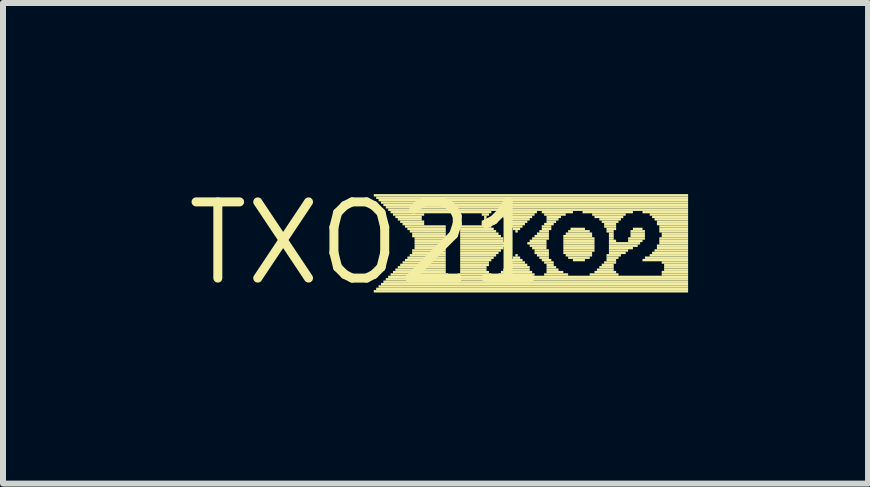
<source format=kicad_pcb>
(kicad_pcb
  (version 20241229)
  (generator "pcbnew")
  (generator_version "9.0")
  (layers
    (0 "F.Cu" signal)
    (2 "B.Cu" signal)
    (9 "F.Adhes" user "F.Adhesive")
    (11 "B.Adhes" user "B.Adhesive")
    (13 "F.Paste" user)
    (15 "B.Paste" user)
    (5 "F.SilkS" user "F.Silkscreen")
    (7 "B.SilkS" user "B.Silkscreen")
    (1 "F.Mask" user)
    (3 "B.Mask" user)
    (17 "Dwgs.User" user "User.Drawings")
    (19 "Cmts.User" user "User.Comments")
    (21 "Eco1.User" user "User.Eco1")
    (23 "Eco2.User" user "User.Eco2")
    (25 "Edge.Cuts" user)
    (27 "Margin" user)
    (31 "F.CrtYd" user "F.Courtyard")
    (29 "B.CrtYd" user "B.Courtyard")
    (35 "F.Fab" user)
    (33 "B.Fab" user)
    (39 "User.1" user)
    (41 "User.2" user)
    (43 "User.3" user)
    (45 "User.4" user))
  (footprint "TXO21"
    (layer "F.Cu")
    (at 3.061 1.006)
    (property "Reference" "TXO21" (at 0 0 0) (layer "F.SilkS") (effects (font (size 1.27 1.27) (thickness 0.15))))
    (fp_poly (pts (xy 0.12 -0.78) (xy 5.36 -0.78) (xy 5.36 -0.82) (xy 0.12 -0.82)) (stroke (width 0) (type default)) (fill yes) (layer "F.SilkS"))
    (fp_poly (pts (xy 0.12 0.82) (xy 5.36 0.82) (xy 5.36 0.78) (xy 0.12 0.78)) (stroke (width 0) (type default)) (fill yes) (layer "F.SilkS"))
    (fp_poly (pts (xy 0.16 -0.74) (xy 5.36 -0.74) (xy 5.36 -0.78) (xy 0.16 -0.78)) (stroke (width 0) (type default)) (fill yes) (layer "F.SilkS"))
    (fp_poly (pts (xy 0.16 0.78) (xy 5.36 0.78) (xy 5.36 0.74) (xy 0.16 0.74)) (stroke (width 0) (type default)) (fill yes) (layer "F.SilkS"))
    (fp_poly (pts (xy 0.2 -0.7) (xy 5.36 -0.7) (xy 5.36 -0.74) (xy 0.2 -0.74)) (stroke (width 0) (type default)) (fill yes) (layer "F.SilkS"))
    (fp_poly (pts (xy 0.2 0.74) (xy 5.36 0.74) (xy 5.36 0.7) (xy 0.2 0.7)) (stroke (width 0) (type default)) (fill yes) (layer "F.SilkS"))
    (fp_poly (pts (xy 0.24 -0.66) (xy 5.36 -0.66) (xy 5.36 -0.7) (xy 0.24 -0.7)) (stroke (width 0) (type default)) (fill yes) (layer "F.SilkS"))
    (fp_poly (pts (xy 0.24 0.7) (xy 5.36 0.7) (xy 5.36 0.66) (xy 0.24 0.66)) (stroke (width 0) (type default)) (fill yes) (layer "F.SilkS"))
    (fp_poly (pts (xy 0.28 -0.62) (xy 5.36 -0.62) (xy 5.36 -0.66) (xy 0.28 -0.66)) (stroke (width 0) (type default)) (fill yes) (layer "F.SilkS"))
    (fp_poly (pts (xy 0.28 0.66) (xy 5.36 0.66) (xy 5.36 0.62) (xy 0.28 0.62)) (stroke (width 0) (type default)) (fill yes) (layer "F.SilkS"))
    (fp_poly (pts (xy 0.32 -0.58) (xy 5.36 -0.58) (xy 5.36 -0.62) (xy 0.32 -0.62)) (stroke (width 0) (type default)) (fill yes) (layer "F.SilkS"))
    (fp_poly (pts (xy 0.32 0.62) (xy 5.36 0.62) (xy 5.36 0.58) (xy 0.32 0.58)) (stroke (width 0) (type default)) (fill yes) (layer "F.SilkS"))
    (fp_poly (pts (xy 0.36 -0.54) (xy 5.36 -0.54) (xy 5.36 -0.58) (xy 0.36 -0.58)) (stroke (width 0) (type default)) (fill yes) (layer "F.SilkS"))
    (fp_poly (pts (xy 0.36 0.58) (xy 5.36 0.58) (xy 5.36 0.54) (xy 0.36 0.54)) (stroke (width 0) (type default)) (fill yes) (layer "F.SilkS"))
    (fp_poly (pts (xy 0.4 -0.5) (xy 2.08 -0.5) (xy 2.08 -0.54) (xy 0.4 -0.54)) (stroke (width 0) (type default)) (fill yes) (layer "F.SilkS"))
    (fp_poly (pts (xy 0.4 0.54) (xy 1.36 0.54) (xy 1.36 0.5) (xy 0.4 0.5)) (stroke (width 0) (type default)) (fill yes) (layer "F.SilkS"))
    (fp_poly (pts (xy 0.44 -0.46) (xy 0.96 -0.46) (xy 0.96 -0.5) (xy 0.44 -0.5)) (stroke (width 0) (type default)) (fill yes) (layer "F.SilkS"))
    (fp_poly (pts (xy 0.44 0.5) (xy 1.32 0.5) (xy 1.32 0.46) (xy 0.44 0.46)) (stroke (width 0) (type default)) (fill yes) (layer "F.SilkS"))
    (fp_poly (pts (xy 0.48 -0.42) (xy 0.92 -0.42) (xy 0.92 -0.46) (xy 0.48 -0.46)) (stroke (width 0) (type default)) (fill yes) (layer "F.SilkS"))
    (fp_poly (pts (xy 0.48 0.46) (xy 1.32 0.46) (xy 1.32 0.42) (xy 0.48 0.42)) (stroke (width 0) (type default)) (fill yes) (layer "F.SilkS"))
    (fp_poly (pts (xy 0.52 -0.38) (xy 0.92 -0.38) (xy 0.92 -0.42) (xy 0.52 -0.42)) (stroke (width 0) (type default)) (fill yes) (layer "F.SilkS"))
    (fp_poly (pts (xy 0.52 0.42) (xy 1.32 0.42) (xy 1.32 0.38) (xy 0.52 0.38)) (stroke (width 0) (type default)) (fill yes) (layer "F.SilkS"))
    (fp_poly (pts (xy 0.56 -0.34) (xy 0.96 -0.34) (xy 0.96 -0.38) (xy 0.56 -0.38)) (stroke (width 0) (type default)) (fill yes) (layer "F.SilkS"))
    (fp_poly (pts (xy 0.56 0.38) (xy 1.32 0.38) (xy 1.32 0.34) (xy 0.56 0.34)) (stroke (width 0) (type default)) (fill yes) (layer "F.SilkS"))
    (fp_poly (pts (xy 0.6 -0.3) (xy 0.96 -0.3) (xy 0.96 -0.34) (xy 0.6 -0.34)) (stroke (width 0) (type default)) (fill yes) (layer "F.SilkS"))
    (fp_poly (pts (xy 0.6 0.34) (xy 1.32 0.34) (xy 1.32 0.3) (xy 0.6 0.3)) (stroke (width 0) (type default)) (fill yes) (layer "F.SilkS"))
    (fp_poly (pts (xy 0.64 -0.26) (xy 1.32 -0.26) (xy 1.32 -0.3) (xy 0.64 -0.3)) (stroke (width 0) (type default)) (fill yes) (layer "F.SilkS"))
    (fp_poly (pts (xy 0.64 0.3) (xy 1.32 0.3) (xy 1.32 0.26) (xy 0.64 0.26)) (stroke (width 0) (type default)) (fill yes) (layer "F.SilkS"))
    (fp_poly (pts (xy 0.68 -0.22) (xy 1.32 -0.22) (xy 1.32 -0.26) (xy 0.68 -0.26)) (stroke (width 0) (type default)) (fill yes) (layer "F.SilkS"))
    (fp_poly (pts (xy 0.68 0.26) (xy 1.32 0.26) (xy 1.32 0.22) (xy 0.68 0.22)) (stroke (width 0) (type default)) (fill yes) (layer "F.SilkS"))
    (fp_poly (pts (xy 0.72 -0.18) (xy 1.32 -0.18) (xy 1.32 -0.22) (xy 0.72 -0.22)) (stroke (width 0) (type default)) (fill yes) (layer "F.SilkS"))
    (fp_poly (pts (xy 0.72 0.22) (xy 1.32 0.22) (xy 1.32 0.18) (xy 0.72 0.18)) (stroke (width 0) (type default)) (fill yes) (layer "F.SilkS"))
    (fp_poly (pts (xy 0.76 -0.14) (xy 1.32 -0.14) (xy 1.32 -0.18) (xy 0.76 -0.18)) (stroke (width 0) (type default)) (fill yes) (layer "F.SilkS"))
    (fp_poly (pts (xy 0.76 -0.1) (xy 1.32 -0.1) (xy 1.32 -0.14) (xy 0.76 -0.14)) (stroke (width 0) (type default)) (fill yes) (layer "F.SilkS"))
    (fp_poly (pts (xy 0.76 0.14) (xy 1.32 0.14) (xy 1.32 0.1) (xy 0.76 0.1)) (stroke (width 0) (type default)) (fill yes) (layer "F.SilkS"))
    (fp_poly (pts (xy 0.76 0.18) (xy 1.32 0.18) (xy 1.32 0.14) (xy 0.76 0.14)) (stroke (width 0) (type default)) (fill yes) (layer "F.SilkS"))
    (fp_poly (pts (xy 0.8 -0.06) (xy 1.32 -0.06) (xy 1.32 -0.1) (xy 0.8 -0.1)) (stroke (width 0) (type default)) (fill yes) (layer "F.SilkS"))
    (fp_poly (pts (xy 0.8 -0.02) (xy 1.32 -0.02) (xy 1.32 -0.06) (xy 0.8 -0.06)) (stroke (width 0) (type default)) (fill yes) (layer "F.SilkS"))
    (fp_poly (pts (xy 0.8 0.02) (xy 1.32 0.02) (xy 1.32 -0.02) (xy 0.8 -0.02)) (stroke (width 0) (type default)) (fill yes) (layer "F.SilkS"))
    (fp_poly (pts (xy 0.8 0.06) (xy 1.32 0.06) (xy 1.32 0.02) (xy 0.8 0.02)) (stroke (width 0) (type default)) (fill yes) (layer "F.SilkS"))
    (fp_poly (pts (xy 0.8 0.1) (xy 1.32 0.1) (xy 1.32 0.06) (xy 0.8 0.06)) (stroke (width 0) (type default)) (fill yes) (layer "F.SilkS"))
    (fp_poly (pts (xy 1.52 0.54) (xy 2.08 0.54) (xy 2.08 0.5) (xy 1.52 0.5)) (stroke (width 0) (type default)) (fill yes) (layer "F.SilkS"))
    (fp_poly (pts (xy 1.56 -0.26) (xy 2.08 -0.26) (xy 2.08 -0.3) (xy 1.56 -0.3)) (stroke (width 0) (type default)) (fill yes) (layer "F.SilkS"))
    (fp_poly (pts (xy 1.56 -0.22) (xy 2.12 -0.22) (xy 2.12 -0.26) (xy 1.56 -0.26)) (stroke (width 0) (type default)) (fill yes) (layer "F.SilkS"))
    (fp_poly (pts (xy 1.56 -0.18) (xy 2.16 -0.18) (xy 2.16 -0.22) (xy 1.56 -0.22)) (stroke (width 0) (type default)) (fill yes) (layer "F.SilkS"))
    (fp_poly (pts (xy 1.56 -0.14) (xy 2.2 -0.14) (xy 2.2 -0.18) (xy 1.56 -0.18)) (stroke (width 0) (type default)) (fill yes) (layer "F.SilkS"))
    (fp_poly (pts (xy 1.56 -0.1) (xy 2.24 -0.1) (xy 2.24 -0.14) (xy 1.56 -0.14)) (stroke (width 0) (type default)) (fill yes) (layer "F.SilkS"))
    (fp_poly (pts (xy 1.56 -0.06) (xy 2.28 -0.06) (xy 2.28 -0.1) (xy 1.56 -0.1)) (stroke (width 0) (type default)) (fill yes) (layer "F.SilkS"))
    (fp_poly (pts (xy 1.56 -0.02) (xy 2.28 -0.02) (xy 2.28 -0.06) (xy 1.56 -0.06)) (stroke (width 0) (type default)) (fill yes) (layer "F.SilkS"))
    (fp_poly (pts (xy 1.56 0.02) (xy 2.32 0.02) (xy 2.32 -0.02) (xy 1.56 -0.02)) (stroke (width 0) (type default)) (fill yes) (layer "F.SilkS"))
    (fp_poly (pts (xy 1.56 0.06) (xy 2.32 0.06) (xy 2.32 0.02) (xy 1.56 0.02)) (stroke (width 0) (type default)) (fill yes) (layer "F.SilkS"))
    (fp_poly (pts (xy 1.56 0.1) (xy 2.28 0.1) (xy 2.28 0.06) (xy 1.56 0.06)) (stroke (width 0) (type default)) (fill yes) (layer "F.SilkS"))
    (fp_poly (pts (xy 1.56 0.14) (xy 2.24 0.14) (xy 2.24 0.1) (xy 1.56 0.1)) (stroke (width 0) (type default)) (fill yes) (layer "F.SilkS"))
    (fp_poly (pts (xy 1.56 0.18) (xy 2.2 0.18) (xy 2.2 0.14) (xy 1.56 0.14)) (stroke (width 0) (type default)) (fill yes) (layer "F.SilkS"))
    (fp_poly (pts (xy 1.56 0.22) (xy 2.16 0.22) (xy 2.16 0.18) (xy 1.56 0.18)) (stroke (width 0) (type default)) (fill yes) (layer "F.SilkS"))
    (fp_poly (pts (xy 1.56 0.26) (xy 2.12 0.26) (xy 2.12 0.22) (xy 1.56 0.22)) (stroke (width 0) (type default)) (fill yes) (layer "F.SilkS"))
    (fp_poly (pts (xy 1.56 0.3) (xy 2.08 0.3) (xy 2.08 0.26) (xy 1.56 0.26)) (stroke (width 0) (type default)) (fill yes) (layer "F.SilkS"))
    (fp_poly (pts (xy 1.56 0.34) (xy 2.04 0.34) (xy 2.04 0.3) (xy 1.56 0.3)) (stroke (width 0) (type default)) (fill yes) (layer "F.SilkS"))
    (fp_poly (pts (xy 1.56 0.38) (xy 2.04 0.38) (xy 2.04 0.34) (xy 1.56 0.34)) (stroke (width 0) (type default)) (fill yes) (layer "F.SilkS"))
    (fp_poly (pts (xy 1.56 0.42) (xy 2 0.42) (xy 2 0.38) (xy 1.56 0.38)) (stroke (width 0) (type default)) (fill yes) (layer "F.SilkS"))
    (fp_poly (pts (xy 1.56 0.46) (xy 2 0.46) (xy 2 0.42) (xy 1.56 0.42)) (stroke (width 0) (type default)) (fill yes) (layer "F.SilkS"))
    (fp_poly (pts (xy 1.56 0.5) (xy 2.04 0.5) (xy 2.04 0.46) (xy 1.56 0.46)) (stroke (width 0) (type default)) (fill yes) (layer "F.SilkS"))
    (fp_poly (pts (xy 1.92 -0.46) (xy 2.04 -0.46) (xy 2.04 -0.5) (xy 1.92 -0.5)) (stroke (width 0) (type default)) (fill yes) (layer "F.SilkS"))
    (fp_poly (pts (xy 1.92 -0.34) (xy 2 -0.34) (xy 2 -0.38) (xy 1.92 -0.38)) (stroke (width 0) (type default)) (fill yes) (layer "F.SilkS"))
    (fp_poly (pts (xy 1.92 -0.3) (xy 2.04 -0.3) (xy 2.04 -0.34) (xy 1.92 -0.34)) (stroke (width 0) (type default)) (fill yes) (layer "F.SilkS"))
    (fp_poly (pts (xy 1.96 -0.42) (xy 2 -0.42) (xy 2 -0.46) (xy 1.96 -0.46)) (stroke (width 0) (type default)) (fill yes) (layer "F.SilkS"))
    (fp_poly (pts (xy 1.96 -0.38) (xy 2 -0.38) (xy 2 -0.42) (xy 1.96 -0.42)) (stroke (width 0) (type default)) (fill yes) (layer "F.SilkS"))
    (fp_poly (pts (xy 2.2 -0.5) (xy 2.84 -0.5) (xy 2.84 -0.54) (xy 2.2 -0.54)) (stroke (width 0) (type default)) (fill yes) (layer "F.SilkS"))
    (fp_poly (pts (xy 2.2 0.54) (xy 2.8 0.54) (xy 2.8 0.5) (xy 2.2 0.5)) (stroke (width 0) (type default)) (fill yes) (layer "F.SilkS"))
    (fp_poly (pts (xy 2.24 -0.46) (xy 2.8 -0.46) (xy 2.8 -0.5) (xy 2.24 -0.5)) (stroke (width 0) (type default)) (fill yes) (layer "F.SilkS"))
    (fp_poly (pts (xy 2.24 0.5) (xy 2.76 0.5) (xy 2.76 0.46) (xy 2.24 0.46)) (stroke (width 0) (type default)) (fill yes) (layer "F.SilkS"))
    (fp_poly (pts (xy 2.28 -0.42) (xy 2.76 -0.42) (xy 2.76 -0.46) (xy 2.28 -0.46)) (stroke (width 0) (type default)) (fill yes) (layer "F.SilkS"))
    (fp_poly (pts (xy 2.28 0.46) (xy 2.72 0.46) (xy 2.72 0.42) (xy 2.28 0.42)) (stroke (width 0) (type default)) (fill yes) (layer "F.SilkS"))
    (fp_poly (pts (xy 2.32 -0.38) (xy 2.72 -0.38) (xy 2.72 -0.42) (xy 2.32 -0.42)) (stroke (width 0) (type default)) (fill yes) (layer "F.SilkS"))
    (fp_poly (pts (xy 2.32 -0.34) (xy 2.68 -0.34) (xy 2.68 -0.38) (xy 2.32 -0.38)) (stroke (width 0) (type default)) (fill yes) (layer "F.SilkS"))
    (fp_poly (pts (xy 2.32 0.42) (xy 2.72 0.42) (xy 2.72 0.38) (xy 2.32 0.38)) (stroke (width 0) (type default)) (fill yes) (layer "F.SilkS"))
    (fp_poly (pts (xy 2.36 -0.3) (xy 2.64 -0.3) (xy 2.64 -0.34) (xy 2.36 -0.34)) (stroke (width 0) (type default)) (fill yes) (layer "F.SilkS"))
    (fp_poly (pts (xy 2.36 0.38) (xy 2.68 0.38) (xy 2.68 0.34) (xy 2.36 0.34)) (stroke (width 0) (type default)) (fill yes) (layer "F.SilkS"))
    (fp_poly (pts (xy 2.4 -0.26) (xy 2.6 -0.26) (xy 2.6 -0.3) (xy 2.4 -0.3)) (stroke (width 0) (type default)) (fill yes) (layer "F.SilkS"))
    (fp_poly (pts (xy 2.4 0.3) (xy 2.6 0.3) (xy 2.6 0.26) (xy 2.4 0.26)) (stroke (width 0) (type default)) (fill yes) (layer "F.SilkS"))
    (fp_poly (pts (xy 2.4 0.34) (xy 2.64 0.34) (xy 2.64 0.3) (xy 2.4 0.3)) (stroke (width 0) (type default)) (fill yes) (layer "F.SilkS"))
    (fp_poly (pts (xy 2.44 -0.22) (xy 2.56 -0.22) (xy 2.56 -0.26) (xy 2.44 -0.26)) (stroke (width 0) (type default)) (fill yes) (layer "F.SilkS"))
    (fp_poly (pts (xy 2.44 0.26) (xy 2.56 0.26) (xy 2.56 0.22) (xy 2.44 0.22)) (stroke (width 0) (type default)) (fill yes) (layer "F.SilkS"))
    (fp_poly (pts (xy 2.48 -0.18) (xy 2.52 -0.18) (xy 2.52 -0.22) (xy 2.48 -0.22)) (stroke (width 0) (type default)) (fill yes) (layer "F.SilkS"))
    (fp_poly (pts (xy 2.48 0.22) (xy 2.52 0.22) (xy 2.52 0.18) (xy 2.48 0.18)) (stroke (width 0) (type default)) (fill yes) (layer "F.SilkS"))
    (fp_poly (pts (xy 2.68 0.02) (xy 3 0.02) (xy 3 -0.02) (xy 2.68 -0.02)) (stroke (width 0) (type default)) (fill yes) (layer "F.SilkS"))
    (fp_poly (pts (xy 2.72 -0.02) (xy 3 -0.02) (xy 3 -0.06) (xy 2.72 -0.06)) (stroke (width 0) (type default)) (fill yes) (layer "F.SilkS"))
    (fp_poly (pts (xy 2.72 0.06) (xy 3 0.06) (xy 3 0.02) (xy 2.72 0.02)) (stroke (width 0) (type default)) (fill yes) (layer "F.SilkS"))
    (fp_poly (pts (xy 2.76 -0.06) (xy 3.04 -0.06) (xy 3.04 -0.1) (xy 2.76 -0.1)) (stroke (width 0) (type default)) (fill yes) (layer "F.SilkS"))
    (fp_poly (pts (xy 2.76 0.1) (xy 3 0.1) (xy 3 0.06) (xy 2.76 0.06)) (stroke (width 0) (type default)) (fill yes) (layer "F.SilkS"))
    (fp_poly (pts (xy 2.8 -0.1) (xy 3.04 -0.1) (xy 3.04 -0.14) (xy 2.8 -0.14)) (stroke (width 0) (type default)) (fill yes) (layer "F.SilkS"))
    (fp_poly (pts (xy 2.8 0.14) (xy 3.04 0.14) (xy 3.04 0.1) (xy 2.8 0.1)) (stroke (width 0) (type default)) (fill yes) (layer "F.SilkS"))
    (fp_poly (pts (xy 2.8 0.18) (xy 3.04 0.18) (xy 3.04 0.14) (xy 2.8 0.14)) (stroke (width 0) (type default)) (fill yes) (layer "F.SilkS"))
    (fp_poly (pts (xy 2.84 -0.14) (xy 3.04 -0.14) (xy 3.04 -0.18) (xy 2.84 -0.18)) (stroke (width 0) (type default)) (fill yes) (layer "F.SilkS"))
    (fp_poly (pts (xy 2.84 0.22) (xy 3.04 0.22) (xy 3.04 0.18) (xy 2.84 0.18)) (stroke (width 0) (type default)) (fill yes) (layer "F.SilkS"))
    (fp_poly (pts (xy 2.88 -0.18) (xy 3.04 -0.18) (xy 3.04 -0.22) (xy 2.88 -0.22)) (stroke (width 0) (type default)) (fill yes) (layer "F.SilkS"))
    (fp_poly (pts (xy 2.88 0.26) (xy 3.04 0.26) (xy 3.04 0.22) (xy 2.88 0.22)) (stroke (width 0) (type default)) (fill yes) (layer "F.SilkS"))
    (fp_poly (pts (xy 2.92 -0.5) (xy 3.44 -0.5) (xy 3.44 -0.54) (xy 2.92 -0.54)) (stroke (width 0) (type default)) (fill yes) (layer "F.SilkS"))
    (fp_poly (pts (xy 2.92 -0.26) (xy 3.08 -0.26) (xy 3.08 -0.3) (xy 2.92 -0.3)) (stroke (width 0) (type default)) (fill yes) (layer "F.SilkS"))
    (fp_poly (pts (xy 2.92 -0.22) (xy 3.08 -0.22) (xy 3.08 -0.26) (xy 2.92 -0.26)) (stroke (width 0) (type default)) (fill yes) (layer "F.SilkS"))
    (fp_poly (pts (xy 2.92 0.3) (xy 3.08 0.3) (xy 3.08 0.26) (xy 2.92 0.26)) (stroke (width 0) (type default)) (fill yes) (layer "F.SilkS"))
    (fp_poly (pts (xy 2.96 -0.46) (xy 3.32 -0.46) (xy 3.32 -0.5) (xy 2.96 -0.5)) (stroke (width 0) (type default)) (fill yes) (layer "F.SilkS"))
    (fp_poly (pts (xy 2.96 -0.3) (xy 3.12 -0.3) (xy 3.12 -0.34) (xy 2.96 -0.34)) (stroke (width 0) (type default)) (fill yes) (layer "F.SilkS"))
    (fp_poly (pts (xy 2.96 0.34) (xy 3.12 0.34) (xy 3.12 0.3) (xy 2.96 0.3)) (stroke (width 0) (type default)) (fill yes) (layer "F.SilkS"))
    (fp_poly (pts (xy 2.96 0.54) (xy 3.36 0.54) (xy 3.36 0.5) (xy 2.96 0.5)) (stroke (width 0) (type default)) (fill yes) (layer "F.SilkS"))
    (fp_poly (pts (xy 3 -0.42) (xy 3.24 -0.42) (xy 3.24 -0.46) (xy 3 -0.46)) (stroke (width 0) (type default)) (fill yes) (layer "F.SilkS"))
    (fp_poly (pts (xy 3 -0.38) (xy 3.2 -0.38) (xy 3.2 -0.42) (xy 3 -0.42)) (stroke (width 0) (type default)) (fill yes) (layer "F.SilkS"))
    (fp_poly (pts (xy 3 -0.34) (xy 3.16 -0.34) (xy 3.16 -0.38) (xy 3 -0.38)) (stroke (width 0) (type default)) (fill yes) (layer "F.SilkS"))
    (fp_poly (pts (xy 3 0.38) (xy 3.12 0.38) (xy 3.12 0.34) (xy 3 0.34)) (stroke (width 0) (type default)) (fill yes) (layer "F.SilkS"))
    (fp_poly (pts (xy 3 0.42) (xy 3.16 0.42) (xy 3.16 0.38) (xy 3 0.38)) (stroke (width 0) (type default)) (fill yes) (layer "F.SilkS"))
    (fp_poly (pts (xy 3 0.46) (xy 3.2 0.46) (xy 3.2 0.42) (xy 3 0.42)) (stroke (width 0) (type default)) (fill yes) (layer "F.SilkS"))
    (fp_poly (pts (xy 3 0.5) (xy 3.28 0.5) (xy 3.28 0.46) (xy 3 0.46)) (stroke (width 0) (type default)) (fill yes) (layer "F.SilkS"))
    (fp_poly (pts (xy 3.28 -0.1) (xy 3.76 -0.1) (xy 3.76 -0.14) (xy 3.28 -0.14)) (stroke (width 0) (type default)) (fill yes) (layer "F.SilkS"))
    (fp_poly (pts (xy 3.28 -0.06) (xy 3.8 -0.06) (xy 3.8 -0.1) (xy 3.28 -0.1)) (stroke (width 0) (type default)) (fill yes) (layer "F.SilkS"))
    (fp_poly (pts (xy 3.28 -0.02) (xy 3.8 -0.02) (xy 3.8 -0.06) (xy 3.28 -0.06)) (stroke (width 0) (type default)) (fill yes) (layer "F.SilkS"))
    (fp_poly (pts (xy 3.28 0.02) (xy 3.8 0.02) (xy 3.8 -0.02) (xy 3.28 -0.02)) (stroke (width 0) (type default)) (fill yes) (layer "F.SilkS"))
    (fp_poly (pts (xy 3.28 0.06) (xy 3.8 0.06) (xy 3.8 0.02) (xy 3.28 0.02)) (stroke (width 0) (type default)) (fill yes) (layer "F.SilkS"))
    (fp_poly (pts (xy 3.28 0.1) (xy 3.8 0.1) (xy 3.8 0.06) (xy 3.28 0.06)) (stroke (width 0) (type default)) (fill yes) (layer "F.SilkS"))
    (fp_poly (pts (xy 3.28 0.14) (xy 3.8 0.14) (xy 3.8 0.1) (xy 3.28 0.1)) (stroke (width 0) (type default)) (fill yes) (layer "F.SilkS"))
    (fp_poly (pts (xy 3.28 0.18) (xy 3.76 0.18) (xy 3.76 0.14) (xy 3.28 0.14)) (stroke (width 0) (type default)) (fill yes) (layer "F.SilkS"))
    (fp_poly (pts (xy 3.32 -0.14) (xy 3.76 -0.14) (xy 3.76 -0.18) (xy 3.32 -0.18)) (stroke (width 0) (type default)) (fill yes) (layer "F.SilkS"))
    (fp_poly (pts (xy 3.32 0.22) (xy 3.76 0.22) (xy 3.76 0.18) (xy 3.32 0.18)) (stroke (width 0) (type default)) (fill yes) (layer "F.SilkS"))
    (fp_poly (pts (xy 3.36 -0.18) (xy 3.72 -0.18) (xy 3.72 -0.22) (xy 3.36 -0.22)) (stroke (width 0) (type default)) (fill yes) (layer "F.SilkS"))
    (fp_poly (pts (xy 3.36 0.26) (xy 3.72 0.26) (xy 3.72 0.22) (xy 3.36 0.22)) (stroke (width 0) (type default)) (fill yes) (layer "F.SilkS"))
    (fp_poly (pts (xy 3.4 -0.22) (xy 3.64 -0.22) (xy 3.64 -0.26) (xy 3.4 -0.26)) (stroke (width 0) (type default)) (fill yes) (layer "F.SilkS"))
    (fp_poly (pts (xy 3.44 0.3) (xy 3.64 0.3) (xy 3.64 0.26) (xy 3.44 0.26)) (stroke (width 0) (type default)) (fill yes) (layer "F.SilkS"))
    (fp_poly (pts (xy 3.6 -0.5) (xy 4.44 -0.5) (xy 4.44 -0.54) (xy 3.6 -0.54)) (stroke (width 0) (type default)) (fill yes) (layer "F.SilkS"))
    (fp_poly (pts (xy 3.72 0.54) (xy 4.2 0.54) (xy 4.2 0.5) (xy 3.72 0.5)) (stroke (width 0) (type default)) (fill yes) (layer "F.SilkS"))
    (fp_poly (pts (xy 3.76 -0.46) (xy 4.32 -0.46) (xy 4.32 -0.5) (xy 3.76 -0.5)) (stroke (width 0) (type default)) (fill yes) (layer "F.SilkS"))
    (fp_poly (pts (xy 3.8 -0.42) (xy 4.28 -0.42) (xy 4.28 -0.46) (xy 3.8 -0.46)) (stroke (width 0) (type default)) (fill yes) (layer "F.SilkS"))
    (fp_poly (pts (xy 3.8 0.5) (xy 4.16 0.5) (xy 4.16 0.46) (xy 3.8 0.46)) (stroke (width 0) (type default)) (fill yes) (layer "F.SilkS"))
    (fp_poly (pts (xy 3.84 0.46) (xy 4.12 0.46) (xy 4.12 0.42) (xy 3.84 0.42)) (stroke (width 0) (type default)) (fill yes) (layer "F.SilkS"))
    (fp_poly (pts (xy 3.88 -0.38) (xy 4.24 -0.38) (xy 4.24 -0.42) (xy 3.88 -0.42)) (stroke (width 0) (type default)) (fill yes) (layer "F.SilkS"))
    (fp_poly (pts (xy 3.88 0.42) (xy 4.12 0.42) (xy 4.12 0.38) (xy 3.88 0.38)) (stroke (width 0) (type default)) (fill yes) (layer "F.SilkS"))
    (fp_poly (pts (xy 3.92 -0.34) (xy 4.2 -0.34) (xy 4.2 -0.38) (xy 3.92 -0.38)) (stroke (width 0) (type default)) (fill yes) (layer "F.SilkS"))
    (fp_poly (pts (xy 3.92 0.38) (xy 4.12 0.38) (xy 4.12 0.34) (xy 3.92 0.34)) (stroke (width 0) (type default)) (fill yes) (layer "F.SilkS"))
    (fp_poly (pts (xy 3.96 -0.3) (xy 4.16 -0.3) (xy 4.16 -0.34) (xy 3.96 -0.34)) (stroke (width 0) (type default)) (fill yes) (layer "F.SilkS"))
    (fp_poly (pts (xy 3.96 -0.26) (xy 4.16 -0.26) (xy 4.16 -0.3) (xy 3.96 -0.3)) (stroke (width 0) (type default)) (fill yes) (layer "F.SilkS"))
    (fp_poly (pts (xy 3.96 0.34) (xy 4.16 0.34) (xy 4.16 0.3) (xy 3.96 0.3)) (stroke (width 0) (type default)) (fill yes) (layer "F.SilkS"))
    (fp_poly (pts (xy 4 -0.22) (xy 4.16 -0.22) (xy 4.16 -0.26) (xy 4 -0.26)) (stroke (width 0) (type default)) (fill yes) (layer "F.SilkS"))
    (fp_poly (pts (xy 4 -0.18) (xy 4.12 -0.18) (xy 4.12 -0.22) (xy 4 -0.22)) (stroke (width 0) (type default)) (fill yes) (layer "F.SilkS"))
    (fp_poly (pts (xy 4 0.22) (xy 4.24 0.22) (xy 4.24 0.18) (xy 4 0.18)) (stroke (width 0) (type default)) (fill yes) (layer "F.SilkS"))
    (fp_poly (pts (xy 4 0.26) (xy 4.2 0.26) (xy 4.2 0.22) (xy 4 0.22)) (stroke (width 0) (type default)) (fill yes) (layer "F.SilkS"))
    (fp_poly (pts (xy 4 0.3) (xy 4.16 0.3) (xy 4.16 0.26) (xy 4 0.26)) (stroke (width 0) (type default)) (fill yes) (layer "F.SilkS"))
    (fp_poly (pts (xy 4.04 -0.14) (xy 4.12 -0.14) (xy 4.12 -0.18) (xy 4.04 -0.18)) (stroke (width 0) (type default)) (fill yes) (layer "F.SilkS"))
    (fp_poly (pts (xy 4.04 -0.1) (xy 4.12 -0.1) (xy 4.12 -0.14) (xy 4.04 -0.14)) (stroke (width 0) (type default)) (fill yes) (layer "F.SilkS"))
    (fp_poly (pts (xy 4.04 -0.06) (xy 4.12 -0.06) (xy 4.12 -0.1) (xy 4.04 -0.1)) (stroke (width 0) (type default)) (fill yes) (layer "F.SilkS"))
    (fp_poly (pts (xy 4.04 -0.02) (xy 4.16 -0.02) (xy 4.16 -0.06) (xy 4.04 -0.06)) (stroke (width 0) (type default)) (fill yes) (layer "F.SilkS"))
    (fp_poly (pts (xy 4.04 0.02) (xy 4.56 0.02) (xy 4.56 -0.02) (xy 4.04 -0.02)) (stroke (width 0) (type default)) (fill yes) (layer "F.SilkS"))
    (fp_poly (pts (xy 4.04 0.06) (xy 4.52 0.06) (xy 4.52 0.02) (xy 4.04 0.02)) (stroke (width 0) (type default)) (fill yes) (layer "F.SilkS"))
    (fp_poly (pts (xy 4.04 0.1) (xy 4.44 0.1) (xy 4.44 0.06) (xy 4.04 0.06)) (stroke (width 0) (type default)) (fill yes) (layer "F.SilkS"))
    (fp_poly (pts (xy 4.04 0.14) (xy 4.36 0.14) (xy 4.36 0.1) (xy 4.04 0.1)) (stroke (width 0) (type default)) (fill yes) (layer "F.SilkS"))
    (fp_poly (pts (xy 4.04 0.18) (xy 4.32 0.18) (xy 4.32 0.14) (xy 4.04 0.14)) (stroke (width 0) (type default)) (fill yes) (layer "F.SilkS"))
    (fp_poly (pts (xy 4.36 -0.06) (xy 4.64 -0.06) (xy 4.64 -0.1) (xy 4.36 -0.1)) (stroke (width 0) (type default)) (fill yes) (layer "F.SilkS"))
    (fp_poly (pts (xy 4.36 -0.02) (xy 4.6 -0.02) (xy 4.6 -0.06) (xy 4.36 -0.06)) (stroke (width 0) (type default)) (fill yes) (layer "F.SilkS"))
    (fp_poly (pts (xy 4.4 -0.18) (xy 4.64 -0.18) (xy 4.64 -0.22) (xy 4.4 -0.22)) (stroke (width 0) (type default)) (fill yes) (layer "F.SilkS"))
    (fp_poly (pts (xy 4.4 -0.14) (xy 4.64 -0.14) (xy 4.64 -0.18) (xy 4.4 -0.18)) (stroke (width 0) (type default)) (fill yes) (layer "F.SilkS"))
    (fp_poly (pts (xy 4.4 -0.1) (xy 4.64 -0.1) (xy 4.64 -0.14) (xy 4.4 -0.14)) (stroke (width 0) (type default)) (fill yes) (layer "F.SilkS"))
    (fp_poly (pts (xy 4.44 -0.22) (xy 4.6 -0.22) (xy 4.6 -0.26) (xy 4.44 -0.26)) (stroke (width 0) (type default)) (fill yes) (layer "F.SilkS"))
    (fp_poly (pts (xy 4.6 -0.5) (xy 5.36 -0.5) (xy 5.36 -0.54) (xy 4.6 -0.54)) (stroke (width 0) (type default)) (fill yes) (layer "F.SilkS"))
    (fp_poly (pts (xy 4.6 0.3) (xy 5.36 0.3) (xy 5.36 0.26) (xy 4.6 0.26)) (stroke (width 0) (type default)) (fill yes) (layer "F.SilkS"))
    (fp_poly (pts (xy 4.64 0.26) (xy 5.36 0.26) (xy 5.36 0.22) (xy 4.64 0.22)) (stroke (width 0) (type default)) (fill yes) (layer "F.SilkS"))
    (fp_poly (pts (xy 4.72 -0.46) (xy 5.36 -0.46) (xy 5.36 -0.5) (xy 4.72 -0.5)) (stroke (width 0) (type default)) (fill yes) (layer "F.SilkS"))
    (fp_poly (pts (xy 4.72 0.22) (xy 5.36 0.22) (xy 5.36 0.18) (xy 4.72 0.18)) (stroke (width 0) (type default)) (fill yes) (layer "F.SilkS"))
    (fp_poly (pts (xy 4.76 -0.42) (xy 5.36 -0.42) (xy 5.36 -0.46) (xy 4.76 -0.46)) (stroke (width 0) (type default)) (fill yes) (layer "F.SilkS"))
    (fp_poly (pts (xy 4.76 0.18) (xy 5.36 0.18) (xy 5.36 0.14) (xy 4.76 0.14)) (stroke (width 0) (type default)) (fill yes) (layer "F.SilkS"))
    (fp_poly (pts (xy 4.8 -0.38) (xy 5.36 -0.38) (xy 5.36 -0.42) (xy 4.8 -0.42)) (stroke (width 0) (type default)) (fill yes) (layer "F.SilkS"))
    (fp_poly (pts (xy 4.8 0.14) (xy 5.36 0.14) (xy 5.36 0.1) (xy 4.8 0.1)) (stroke (width 0) (type default)) (fill yes) (layer "F.SilkS"))
    (fp_poly (pts (xy 4.84 -0.34) (xy 5.36 -0.34) (xy 5.36 -0.38) (xy 4.84 -0.38)) (stroke (width 0) (type default)) (fill yes) (layer "F.SilkS"))
    (fp_poly (pts (xy 4.84 -0.3) (xy 5.36 -0.3) (xy 5.36 -0.34) (xy 4.84 -0.34)) (stroke (width 0) (type default)) (fill yes) (layer "F.SilkS"))
    (fp_poly (pts (xy 4.84 0.06) (xy 5.36 0.06) (xy 5.36 0.02) (xy 4.84 0.02)) (stroke (width 0) (type default)) (fill yes) (layer "F.SilkS"))
    (fp_poly (pts (xy 4.84 0.1) (xy 5.36 0.1) (xy 5.36 0.06) (xy 4.84 0.06)) (stroke (width 0) (type default)) (fill yes) (layer "F.SilkS"))
    (fp_poly (pts (xy 4.88 -0.26) (xy 5.36 -0.26) (xy 5.36 -0.3) (xy 4.88 -0.3)) (stroke (width 0) (type default)) (fill yes) (layer "F.SilkS"))
    (fp_poly (pts (xy 4.88 -0.22) (xy 5.36 -0.22) (xy 5.36 -0.26) (xy 4.88 -0.26)) (stroke (width 0) (type default)) (fill yes) (layer "F.SilkS"))
    (fp_poly (pts (xy 4.88 -0.18) (xy 5.36 -0.18) (xy 5.36 -0.22) (xy 4.88 -0.22)) (stroke (width 0) (type default)) (fill yes) (layer "F.SilkS"))
    (fp_poly (pts (xy 4.88 -0.06) (xy 5.36 -0.06) (xy 5.36 -0.1) (xy 4.88 -0.1)) (stroke (width 0) (type default)) (fill yes) (layer "F.SilkS"))
    (fp_poly (pts (xy 4.88 -0.02) (xy 5.36 -0.02) (xy 5.36 -0.06) (xy 4.88 -0.06)) (stroke (width 0) (type default)) (fill yes) (layer "F.SilkS"))
    (fp_poly (pts (xy 4.88 0.02) (xy 5.36 0.02) (xy 5.36 -0.02) (xy 4.88 -0.02)) (stroke (width 0) (type default)) (fill yes) (layer "F.SilkS"))
    (fp_poly (pts (xy 4.92 -0.14) (xy 5.36 -0.14) (xy 5.36 -0.18) (xy 4.92 -0.18)) (stroke (width 0) (type default)) (fill yes) (layer "F.SilkS"))
    (fp_poly (pts (xy 4.92 -0.1) (xy 5.36 -0.1) (xy 5.36 -0.14) (xy 4.92 -0.14)) (stroke (width 0) (type default)) (fill yes) (layer "F.SilkS"))
    (fp_poly (pts (xy 4.92 0.34) (xy 5.36 0.34) (xy 5.36 0.3) (xy 4.92 0.3)) (stroke (width 0) (type default)) (fill yes) (layer "F.SilkS"))
    (fp_poly (pts (xy 4.92 0.5) (xy 5.36 0.5) (xy 5.36 0.46) (xy 4.92 0.46)) (stroke (width 0) (type default)) (fill yes) (layer "F.SilkS"))
    (fp_poly (pts (xy 4.92 0.54) (xy 5.36 0.54) (xy 5.36 0.5) (xy 4.92 0.5)) (stroke (width 0) (type default)) (fill yes) (layer "F.SilkS"))
    (fp_poly (pts (xy 4.96 0.38) (xy 5.36 0.38) (xy 5.36 0.34) (xy 4.96 0.34)) (stroke (width 0) (type default)) (fill yes) (layer "F.SilkS"))
    (fp_poly (pts (xy 4.96 0.42) (xy 5.36 0.42) (xy 5.36 0.38) (xy 4.96 0.38)) (stroke (width 0) (type default)) (fill yes) (layer "F.SilkS"))
    (fp_poly (pts (xy 4.96 0.46) (xy 5.36 0.46) (xy 5.36 0.42) (xy 4.96 0.42)) (stroke (width 0) (type default)) (fill yes) (layer "F.SilkS")))
  (gr_rect
    (start -3 -3)
    (end 11.421 5.012)
    (stroke (width 0.1) (type default))
    (fill no)
    (layer "Edge.Cuts")))
</source>
